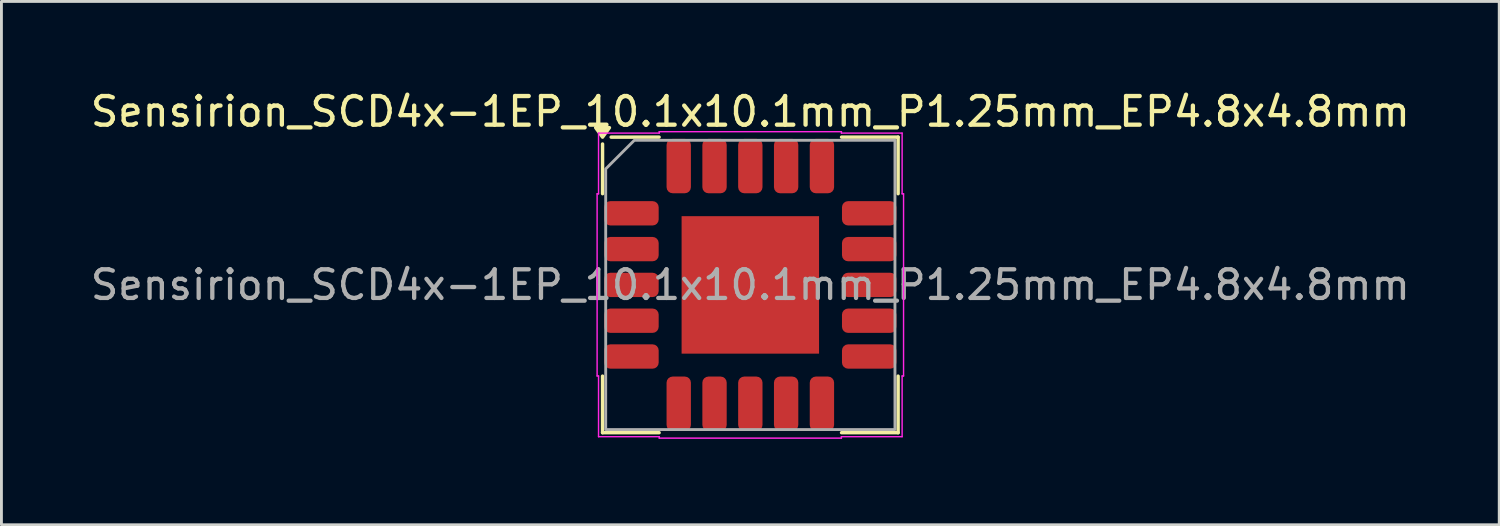
<source format=kicad_pcb>
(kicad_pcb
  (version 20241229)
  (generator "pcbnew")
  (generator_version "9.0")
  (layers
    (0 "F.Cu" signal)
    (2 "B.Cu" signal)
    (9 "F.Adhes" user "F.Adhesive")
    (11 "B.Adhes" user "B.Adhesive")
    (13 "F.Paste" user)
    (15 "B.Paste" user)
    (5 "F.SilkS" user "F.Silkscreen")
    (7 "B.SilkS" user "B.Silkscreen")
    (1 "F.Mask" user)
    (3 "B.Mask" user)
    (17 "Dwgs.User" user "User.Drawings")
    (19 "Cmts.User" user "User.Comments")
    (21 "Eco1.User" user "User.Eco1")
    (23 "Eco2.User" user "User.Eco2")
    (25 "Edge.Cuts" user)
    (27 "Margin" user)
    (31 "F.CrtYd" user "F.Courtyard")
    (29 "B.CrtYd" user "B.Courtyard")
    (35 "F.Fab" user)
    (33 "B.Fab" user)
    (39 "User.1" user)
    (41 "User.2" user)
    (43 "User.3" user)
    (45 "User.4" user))
  (footprint "Sensirion_SCD4x-1EP_10.1x10.1mm_P1.25mm_EP4.8x4.8mm"
    (layer "F.Cu")
    (at 23.149 6.898)
    (property "Reference" "Sensirion_SCD4x-1EP_10.1x10.1mm_P1.25mm_EP4.8x4.8mm" (at 0 -6.05 0) (layer "F.SilkS") (effects (font (size 1 1) (thickness 0.15))))
    (attr smd)
    (fp_line (start -5.16 -3.185) (end -5.16 -4.92) (stroke (width 0.12) (type solid)) (layer "F.SilkS"))
    (fp_line (start -5.16 5.16) (end -5.16 3.185) (stroke (width 0.12) (type solid)) (layer "F.SilkS"))
    (fp_line (start -3.185 -5.16) (end -4.86 -5.16) (stroke (width 0.12) (type solid)) (layer "F.SilkS"))
    (fp_line (start -3.185 5.16) (end -5.16 5.16) (stroke (width 0.12) (type solid)) (layer "F.SilkS"))
    (fp_line (start 3.185 -5.16) (end 5.16 -5.16) (stroke (width 0.12) (type solid)) (layer "F.SilkS"))
    (fp_line (start 3.185 5.16) (end 5.16 5.16) (stroke (width 0.12) (type solid)) (layer "F.SilkS"))
    (fp_line (start 5.16 -5.16) (end 5.16 -3.185) (stroke (width 0.12) (type solid)) (layer "F.SilkS"))
    (fp_line (start 5.16 5.16) (end 5.16 3.185) (stroke (width 0.12) (type solid)) (layer "F.SilkS"))
    (fp_poly (pts (xy -5.16 -5.16) (xy -5.4 -5.49) (xy -4.92 -5.49)) (stroke (width 0.12) (type solid)) (fill yes) (layer "F.SilkS"))
    (fp_line (start -5.35 -3.18) (end -5.3 -3.18) (stroke (width 0.05) (type solid)) (layer "F.CrtYd"))
    (fp_line (start -5.35 3.18) (end -5.35 -3.18) (stroke (width 0.05) (type solid)) (layer "F.CrtYd"))
    (fp_line (start -5.3 -5.3) (end -3.18 -5.3) (stroke (width 0.05) (type solid)) (layer "F.CrtYd"))
    (fp_line (start -5.3 -3.18) (end -5.3 -5.3) (stroke (width 0.05) (type solid)) (layer "F.CrtYd"))
    (fp_line (start -5.3 3.18) (end -5.35 3.18) (stroke (width 0.05) (type solid)) (layer "F.CrtYd"))
    (fp_line (start -5.3 5.3) (end -5.3 3.18) (stroke (width 0.05) (type solid)) (layer "F.CrtYd"))
    (fp_line (start -3.18 -5.35) (end 3.18 -5.35) (stroke (width 0.05) (type solid)) (layer "F.CrtYd"))
    (fp_line (start -3.18 -5.3) (end -3.18 -5.35) (stroke (width 0.05) (type solid)) (layer "F.CrtYd"))
    (fp_line (start -3.18 5.3) (end -5.3 5.3) (stroke (width 0.05) (type solid)) (layer "F.CrtYd"))
    (fp_line (start -3.18 5.35) (end -3.18 5.3) (stroke (width 0.05) (type solid)) (layer "F.CrtYd"))
    (fp_line (start 3.18 -5.35) (end 3.18 -5.3) (stroke (width 0.05) (type solid)) (layer "F.CrtYd"))
    (fp_line (start 3.18 -5.3) (end 5.3 -5.3) (stroke (width 0.05) (type solid)) (layer "F.CrtYd"))
    (fp_line (start 3.18 5.3) (end 3.18 5.35) (stroke (width 0.05) (type solid)) (layer "F.CrtYd"))
    (fp_line (start 3.18 5.35) (end -3.18 5.35) (stroke (width 0.05) (type solid)) (layer "F.CrtYd"))
    (fp_line (start 5.3 -5.3) (end 5.3 -3.18) (stroke (width 0.05) (type solid)) (layer "F.CrtYd"))
    (fp_line (start 5.3 -3.18) (end 5.35 -3.18) (stroke (width 0.05) (type solid)) (layer "F.CrtYd"))
    (fp_line (start 5.3 3.18) (end 5.3 5.3) (stroke (width 0.05) (type solid)) (layer "F.CrtYd"))
    (fp_line (start 5.3 5.3) (end 3.18 5.3) (stroke (width 0.05) (type solid)) (layer "F.CrtYd"))
    (fp_line (start 5.35 -3.18) (end 5.35 3.18) (stroke (width 0.05) (type solid)) (layer "F.CrtYd"))
    (fp_line (start 5.35 3.18) (end 5.3 3.18) (stroke (width 0.05) (type solid)) (layer "F.CrtYd"))
    (fp_poly (pts (xy -5.05 -4.05) (xy -5.05 5.05) (xy 5.05 5.05) (xy 5.05 -5.05) (xy -4.05 -5.05)) (stroke (width 0.1) (type solid)) (fill no) (layer "F.Fab"))
    (fp_text user "${REFERENCE}" (at 0 0 0) (layer "F.Fab") (effects (font (size 1 1) (thickness 0.15))))
    (pad "" smd roundrect (at -1.2 -1.2) (size 1.93 1.93) (layers "F.Paste") (roundrect_rratio 0.13))
    (pad "" smd roundrect (at -1.2 1.2) (size 1.93 1.93) (layers "F.Paste") (roundrect_rratio 0.13))
    (pad "" smd roundrect (at 1.2 -1.2) (size 1.93 1.93) (layers "F.Paste") (roundrect_rratio 0.13))
    (pad "" smd roundrect (at 1.2 1.2) (size 1.93 1.93) (layers "F.Paste") (roundrect_rratio 0.13))
    (pad "1" smd roundrect (at -4.15 -2.5) (size 1.9 0.85) (layers "F.Cu" "F.Mask" "F.Paste") (roundrect_rratio 0.25))
    (pad "2" smd roundrect (at -4.15 -1.25) (size 1.9 0.85) (layers "F.Cu" "F.Mask" "F.Paste") (roundrect_rratio 0.25))
    (pad "3" smd roundrect (at -4.15 0) (size 1.9 0.85) (layers "F.Cu" "F.Mask" "F.Paste") (roundrect_rratio 0.25))
    (pad "4" smd roundrect (at -4.15 1.25) (size 1.9 0.85) (layers "F.Cu" "F.Mask" "F.Paste") (roundrect_rratio 0.25))
    (pad "5" smd roundrect (at -4.15 2.5) (size 1.9 0.85) (layers "F.Cu" "F.Mask" "F.Paste") (roundrect_rratio 0.25))
    (pad "6" smd roundrect (at -2.5 4.15) (size 0.85 1.9) (layers "F.Cu" "F.Mask" "F.Paste") (roundrect_rratio 0.25))
    (pad "7" smd roundrect (at -1.25 4.15) (size 0.85 1.9) (layers "F.Cu" "F.Mask" "F.Paste") (roundrect_rratio 0.25))
    (pad "8" smd roundrect (at 0 4.15) (size 0.85 1.9) (layers "F.Cu" "F.Mask" "F.Paste") (roundrect_rratio 0.25))
    (pad "9" smd roundrect (at 1.25 4.15) (size 0.85 1.9) (layers "F.Cu" "F.Mask" "F.Paste") (roundrect_rratio 0.25))
    (pad "10" smd roundrect (at 2.5 4.15) (size 0.85 1.9) (layers "F.Cu" "F.Mask" "F.Paste") (roundrect_rratio 0.25))
    (pad "11" smd roundrect (at 4.15 2.5) (size 1.9 0.85) (layers "F.Cu" "F.Mask" "F.Paste") (roundrect_rratio 0.25))
    (pad "12" smd roundrect (at 4.15 1.25) (size 1.9 0.85) (layers "F.Cu" "F.Mask" "F.Paste") (roundrect_rratio 0.25))
    (pad "13" smd roundrect (at 4.15 0) (size 1.9 0.85) (layers "F.Cu" "F.Mask" "F.Paste") (roundrect_rratio 0.25))
    (pad "14" smd roundrect (at 4.15 -1.25) (size 1.9 0.85) (layers "F.Cu" "F.Mask" "F.Paste") (roundrect_rratio 0.25))
    (pad "15" smd roundrect (at 4.15 -2.5) (size 1.9 0.85) (layers "F.Cu" "F.Mask" "F.Paste") (roundrect_rratio 0.25))
    (pad "16" smd roundrect (at 2.5 -4.15) (size 0.85 1.9) (layers "F.Cu" "F.Mask" "F.Paste") (roundrect_rratio 0.25))
    (pad "17" smd roundrect (at 1.25 -4.15) (size 0.85 1.9) (layers "F.Cu" "F.Mask" "F.Paste") (roundrect_rratio 0.25))
    (pad "18" smd roundrect (at 0 -4.15) (size 0.85 1.9) (layers "F.Cu" "F.Mask" "F.Paste") (roundrect_rratio 0.25))
    (pad "19" smd roundrect (at -1.25 -4.15) (size 0.85 1.9) (layers "F.Cu" "F.Mask" "F.Paste") (roundrect_rratio 0.25))
    (pad "20" smd roundrect (at -2.5 -4.15) (size 0.85 1.9) (layers "F.Cu" "F.Mask" "F.Paste") (roundrect_rratio 0.25))
    (pad "21" smd rect (at 0 0) (size 4.8 4.8) (property pad_prop_heatsink) (layers "F.Cu" "F.Mask")))
  (gr_rect
    (start -3 -3)
    (end 49.298 15.273)
    (stroke (width 0.1) (type default))
    (fill no)
    (layer "Edge.Cuts")))
</source>
